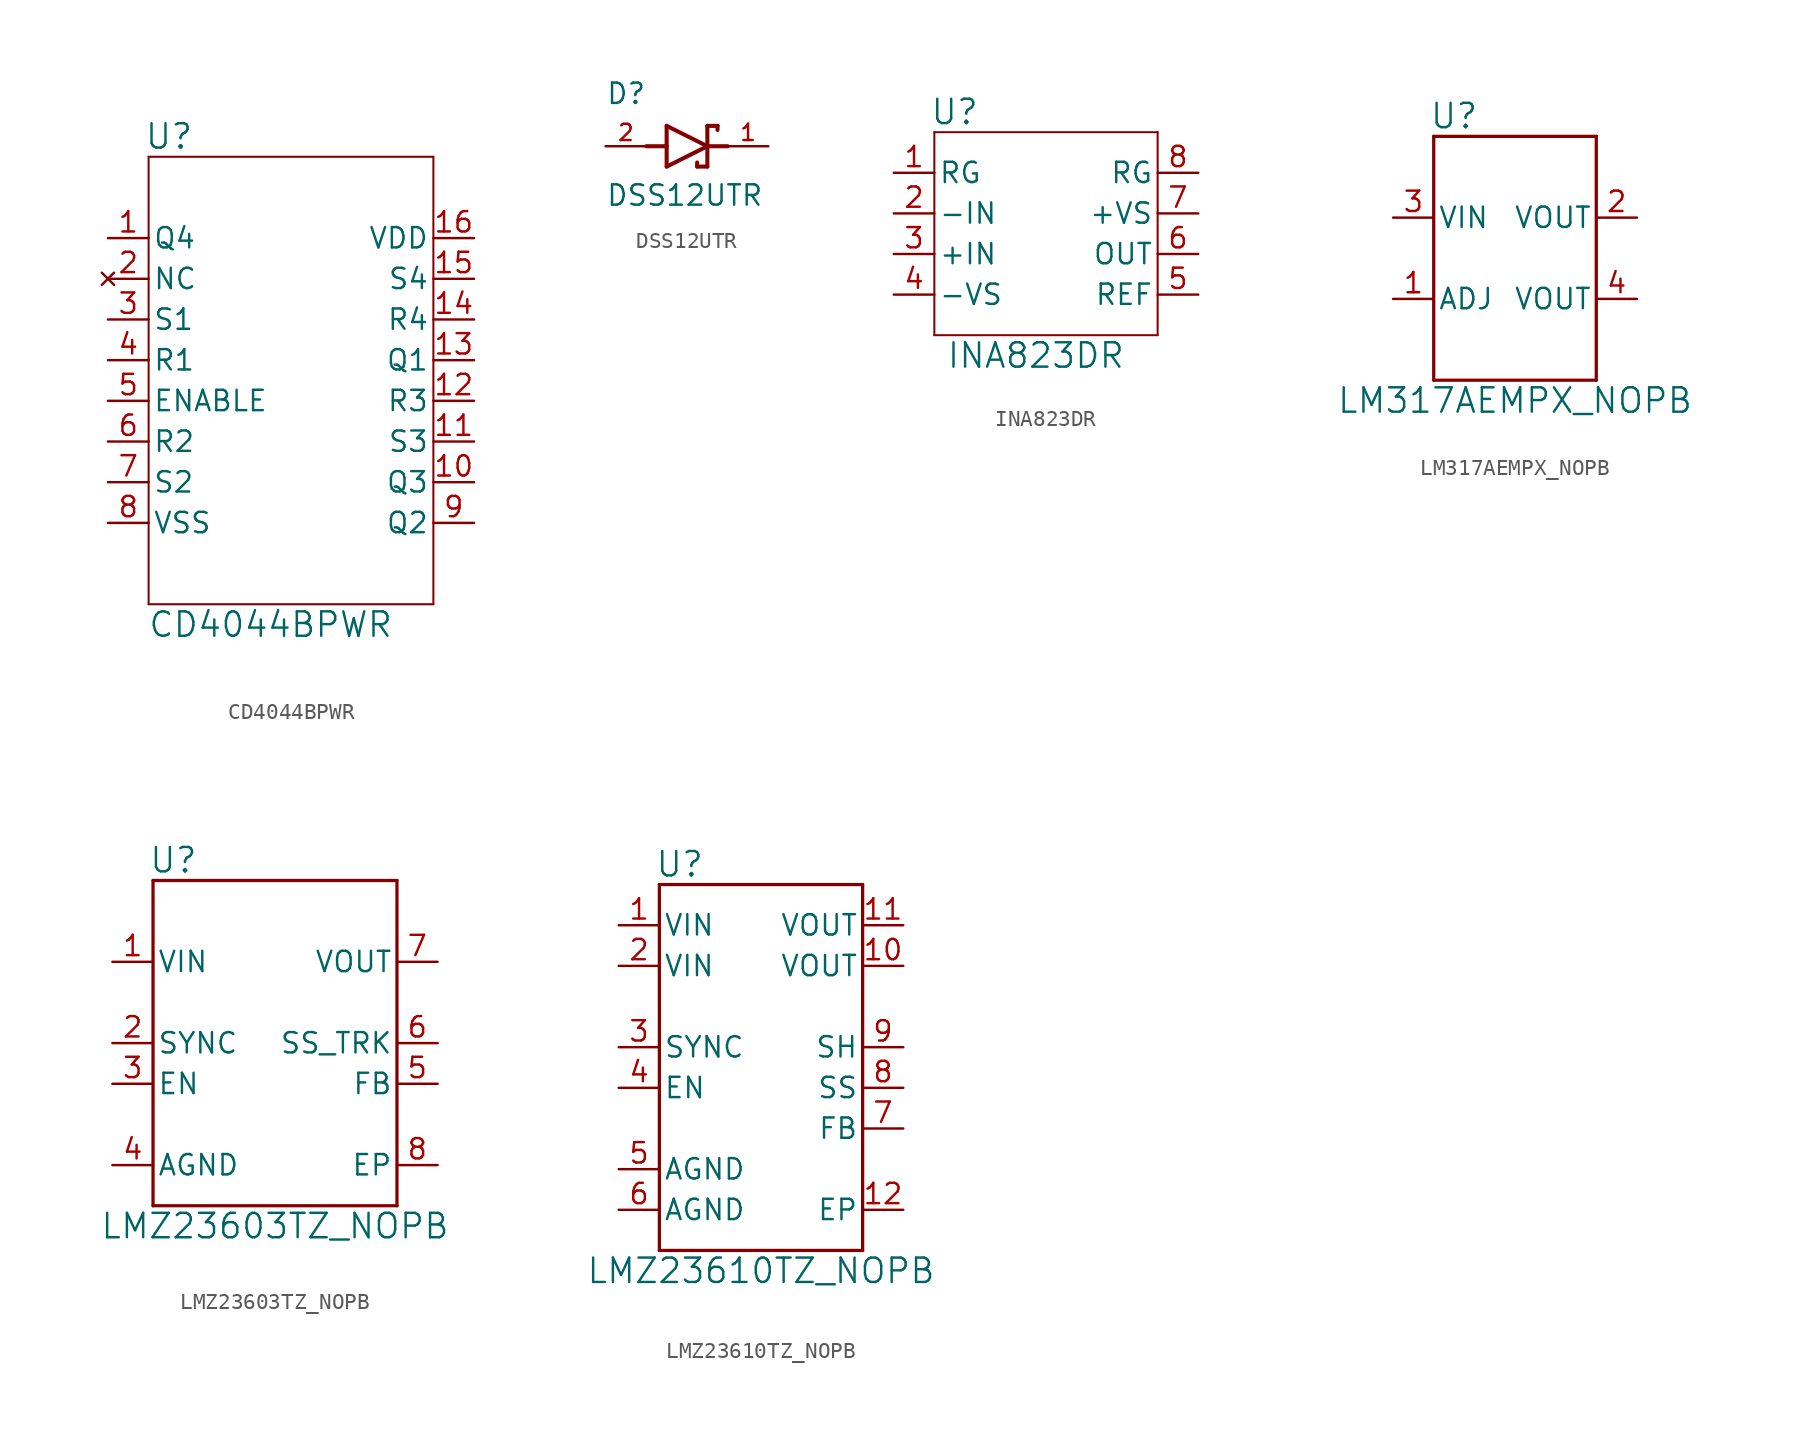
<source format=kicad_sym>
(kicad_symbol_lib
  (version 20211014)
  (generator kicad_symbol_editor)
  (symbol "CD4044BPWR"
    (pin_names
      (offset 0.254))
    (property "Reference" "U"
      (at 8.89 6.35 0)
      (effects (font (size 1.524 1.524))))
    (property "Value" "CD4044BPWR"
      (at 15.24 -24.13 0)
      (effects (font (size 1.524 1.524))))
    (symbol "CD4044BPWR_0_1"
      (polyline (pts (xy 7.62 -22.86) (xy 25.4 -22.86)) (stroke (width 0.127) (type default) (color 0 0 0 0)) (fill (type none)))
      (polyline (pts (xy 7.62 5.08) (xy 7.62 -22.86)) (stroke (width 0.127) (type default) (color 0 0 0 0)) (fill (type none)))
      (polyline (pts (xy 25.4 -22.86) (xy 25.4 5.08)) (stroke (width 0.127) (type default) (color 0 0 0 0)) (fill (type none)))
      (polyline (pts (xy 25.4 5.08) (xy 7.62 5.08)) (stroke (width 0.127) (type default) (color 0 0 0 0)) (fill (type none)))
      (pin unspecified line (at 5.08 0 0) (length 2.54) (name "Q4" (effects (font (size 1.27 1.27)))) (number "1" (effects (font (size 1.27 1.27)))))
      (pin unspecified line (at 27.94 -15.24 180) (length 2.54) (name "Q3" (effects (font (size 1.27 1.27)))) (number "10" (effects (font (size 1.27 1.27)))))
      (pin unspecified line (at 27.94 -12.7 180) (length 2.54) (name "S3" (effects (font (size 1.27 1.27)))) (number "11" (effects (font (size 1.27 1.27)))))
      (pin unspecified line (at 27.94 -10.16 180) (length 2.54) (name "R3" (effects (font (size 1.27 1.27)))) (number "12" (effects (font (size 1.27 1.27)))))
      (pin unspecified line (at 27.94 -7.62 180) (length 2.54) (name "Q1" (effects (font (size 1.27 1.27)))) (number "13" (effects (font (size 1.27 1.27)))))
      (pin unspecified line (at 27.94 -5.08 180) (length 2.54) (name "R4" (effects (font (size 1.27 1.27)))) (number "14" (effects (font (size 1.27 1.27)))))
      (pin unspecified line (at 27.94 -2.54 180) (length 2.54) (name "S4" (effects (font (size 1.27 1.27)))) (number "15" (effects (font (size 1.27 1.27)))))
      (pin bidirectional line (at 27.94 0 180) (length 2.54) (name "VDD" (effects (font (size 1.27 1.27)))) (number "16" (effects (font (size 1.27 1.27)))))
      (pin no_connect line (at 5.08 -2.54 0) (length 2.54) (name "NC" (effects (font (size 1.27 1.27)))) (number "2" (effects (font (size 1.27 1.27)))))
      (pin unspecified line (at 5.08 -5.08 0) (length 2.54) (name "S1" (effects (font (size 1.27 1.27)))) (number "3" (effects (font (size 1.27 1.27)))))
      (pin unspecified line (at 5.08 -7.62 0) (length 2.54) (name "R1" (effects (font (size 1.27 1.27)))) (number "4" (effects (font (size 1.27 1.27)))))
      (pin unspecified line (at 5.08 -10.16 0) (length 2.54) (name "ENABLE" (effects (font (size 1.27 1.27)))) (number "5" (effects (font (size 1.27 1.27)))))
      (pin unspecified line (at 5.08 -12.7 0) (length 2.54) (name "R2" (effects (font (size 1.27 1.27)))) (number "6" (effects (font (size 1.27 1.27)))))
      (pin unspecified line (at 5.08 -15.24 0) (length 2.54) (name "S2" (effects (font (size 1.27 1.27)))) (number "7" (effects (font (size 1.27 1.27)))))
      (pin bidirectional line (at 5.08 -17.78 0) (length 2.54) (name "VSS" (effects (font (size 1.27 1.27)))) (number "8" (effects (font (size 1.27 1.27)))))
      (pin unspecified line (at 27.94 -17.78 180) (length 2.54) (name "Q2" (effects (font (size 1.27 1.27)))) (number "9" (effects (font (size 1.27 1.27)))))))
  (symbol "DSS12UTR"
    (pin_names
      (offset 1.016))
    (property "Reference" "D"
      (at -5.08 2.54 0)
      (effects (font (size 1.27 1.27)) (justify left bottom)))
    (property "Value" "DSS12UTR"
      (at -5.08 -3.81 0)
      (effects (font (size 1.27 1.27)) (justify left bottom)))
    (symbol "DSS12UTR_0_0"
      (polyline (pts (xy -2.54 0) (xy -1.27 0)) (stroke (width 0.254) (type default) (color 0 0 0 0)) (fill (type none)))
      (polyline (pts (xy -1.27 -1.27) (xy 1.27 0)) (stroke (width 0.254) (type default) (color 0 0 0 0)) (fill (type none)))
      (polyline (pts (xy -1.27 0) (xy -1.27 -1.27)) (stroke (width 0.254) (type default) (color 0 0 0 0)) (fill (type none)))
      (polyline (pts (xy -1.27 1.27) (xy -1.27 0)) (stroke (width 0.254) (type default) (color 0 0 0 0)) (fill (type none)))
      (polyline (pts (xy 0.635 -1.016) (xy 0.635 -1.27)) (stroke (width 0.254) (type default) (color 0 0 0 0)) (fill (type none)))
      (polyline (pts (xy 1.27 -1.27) (xy 0.635 -1.27)) (stroke (width 0.254) (type default) (color 0 0 0 0)) (fill (type none)))
      (polyline (pts (xy 1.27 0) (xy -1.27 1.27)) (stroke (width 0.254) (type default) (color 0 0 0 0)) (fill (type none)))
      (polyline (pts (xy 1.27 0) (xy 1.27 -1.27)) (stroke (width 0.254) (type default) (color 0 0 0 0)) (fill (type none)))
      (polyline (pts (xy 1.27 1.27) (xy 1.27 0)) (stroke (width 0.254) (type default) (color 0 0 0 0)) (fill (type none)))
      (polyline (pts (xy 1.905 1.27) (xy 1.27 1.27)) (stroke (width 0.254) (type default) (color 0 0 0 0)) (fill (type none)))
      (polyline (pts (xy 1.905 1.27) (xy 1.905 1.016)) (stroke (width 0.254) (type default) (color 0 0 0 0)) (fill (type none)))
      (polyline (pts (xy 2.54 0) (xy 1.27 0)) (stroke (width 0.254) (type default) (color 0 0 0 0)) (fill (type none)))
      (pin passive line (at 5.08 0 180) (length 2.54) (name "~" (effects (font (size 1.016 1.016)))) (number "1" (effects (font (size 1.016 1.016)))))
      (pin passive line (at -5.08 0 0) (length 2.54) (name "~" (effects (font (size 1.016 1.016)))) (number "2" (effects (font (size 1.016 1.016)))))))
  (symbol "INA823DR"
    (pin_names
      (offset 0.254))
    (property "Reference" "U"
      (at 8.89 3.81 0)
      (effects (font (size 1.524 1.524))))
    (property "Value" "INA823DR"
      (at 13.97 -11.43 0)
      (effects (font (size 1.524 1.524))))
    (symbol "INA823DR_0_1"
      (polyline (pts (xy 7.62 -10.16) (xy 21.59 -10.16)) (stroke (width 0.127) (type default) (color 0 0 0 0)) (fill (type none)))
      (polyline (pts (xy 7.62 2.54) (xy 7.62 -10.16)) (stroke (width 0.127) (type default) (color 0 0 0 0)) (fill (type none)))
      (polyline (pts (xy 21.59 -10.16) (xy 21.59 2.54)) (stroke (width 0.127) (type default) (color 0 0 0 0)) (fill (type none)))
      (polyline (pts (xy 21.59 2.54) (xy 7.62 2.54)) (stroke (width 0.127) (type default) (color 0 0 0 0)) (fill (type none)))
      (pin unspecified line (at 5.08 0 0) (length 2.54) (name "RG" (effects (font (size 1.27 1.27)))) (number "1" (effects (font (size 1.27 1.27)))))
      (pin input line (at 5.08 -2.54 0) (length 2.54) (name "-IN" (effects (font (size 1.27 1.27)))) (number "2" (effects (font (size 1.27 1.27)))))
      (pin input line (at 5.08 -5.08 0) (length 2.54) (name "+IN" (effects (font (size 1.27 1.27)))) (number "3" (effects (font (size 1.27 1.27)))))
      (pin power_in line (at 5.08 -7.62 0) (length 2.54) (name "-VS" (effects (font (size 1.27 1.27)))) (number "4" (effects (font (size 1.27 1.27)))))
      (pin input line (at 24.13 -7.62 180) (length 2.54) (name "REF" (effects (font (size 1.27 1.27)))) (number "5" (effects (font (size 1.27 1.27)))))
      (pin output line (at 24.13 -5.08 180) (length 2.54) (name "OUT" (effects (font (size 1.27 1.27)))) (number "6" (effects (font (size 1.27 1.27)))))
      (pin power_in line (at 24.13 -2.54 180) (length 2.54) (name "+VS" (effects (font (size 1.27 1.27)))) (number "7" (effects (font (size 1.27 1.27)))))
      (pin unspecified line (at 24.13 0 180) (length 2.54) (name "RG" (effects (font (size 1.27 1.27)))) (number "8" (effects (font (size 1.27 1.27)))))))
  (symbol "LM317AEMPX_NOPB"
    (pin_names
      (offset 0.254))
    (property "Reference" "U"
      (at -13.97 8.89 0)
      (effects (font (size 1.524 1.524))))
    (property "Value" "LM317AEMPX_NOPB"
      (at -10.16 -8.89 0)
      (effects (font (size 1.524 1.524))))
    (symbol "LM317AEMPX_NOPB_0_1"
      (polyline (pts (xy -15.24 -7.62) (xy -5.08 -7.62)) (stroke (width 0.203) (type default) (color 0 0 0 0)) (fill (type none)))
      (polyline (pts (xy -15.24 7.62) (xy -15.24 -7.62)) (stroke (width 0.203) (type default) (color 0 0 0 0)) (fill (type none)))
      (polyline (pts (xy -5.08 -7.62) (xy -5.08 7.62)) (stroke (width 0.203) (type default) (color 0 0 0 0)) (fill (type none)))
      (polyline (pts (xy -5.08 7.62) (xy -15.24 7.62)) (stroke (width 0.203) (type default) (color 0 0 0 0)) (fill (type none)))
      (pin input line (at -17.78 -2.54 0) (length 2.54) (name "ADJ" (effects (font (size 1.27 1.27)))) (number "1" (effects (font (size 1.27 1.27)))))
      (pin power_in line (at -2.54 2.54 180) (length 2.54) (name "VOUT" (effects (font (size 1.27 1.27)))) (number "2" (effects (font (size 1.27 1.27)))))
      (pin power_in line (at -17.78 2.54 0) (length 2.54) (name "VIN" (effects (font (size 1.27 1.27)))) (number "3" (effects (font (size 1.27 1.27)))))
      (pin power_in line (at -2.54 -2.54 180) (length 2.54) (name "VOUT" (effects (font (size 1.27 1.27)))) (number "4" (effects (font (size 1.27 1.27)))))))
  (symbol "LMZ23603TZ_NOPB"
    (pin_names
      (offset 0.254))
    (property "Reference" "U"
      (at -13.97 11.43 0)
      (effects (font (size 1.524 1.524))))
    (property "Value" "LMZ23603TZ_NOPB"
      (at -7.62 -11.43 0)
      (effects (font (size 1.524 1.524))))
    (symbol "LMZ23603TZ_NOPB_0_1"
      (polyline (pts (xy -15.24 -10.16) (xy 0 -10.16)) (stroke (width 0.203) (type default) (color 0 0 0 0)) (fill (type none)))
      (polyline (pts (xy -15.24 10.16) (xy -15.24 -10.16)) (stroke (width 0.203) (type default) (color 0 0 0 0)) (fill (type none)))
      (polyline (pts (xy 0 -10.16) (xy 0 10.16)) (stroke (width 0.203) (type default) (color 0 0 0 0)) (fill (type none)))
      (polyline (pts (xy 0 10.16) (xy -15.24 10.16)) (stroke (width 0.203) (type default) (color 0 0 0 0)) (fill (type none)))
      (pin bidirectional line (at -17.78 5.08 0) (length 2.54) (name "VIN" (effects (font (size 1.27 1.27)))) (number "1" (effects (font (size 1.27 1.27)))))
      (pin bidirectional line (at -17.78 0 0) (length 2.54) (name "SYNC" (effects (font (size 1.27 1.27)))) (number "2" (effects (font (size 1.27 1.27)))))
      (pin input line (at -17.78 -2.54 0) (length 2.54) (name "EN" (effects (font (size 1.27 1.27)))) (number "3" (effects (font (size 1.27 1.27)))))
      (pin bidirectional line (at -17.78 -7.62 0) (length 2.54) (name "AGND" (effects (font (size 1.27 1.27)))) (number "4" (effects (font (size 1.27 1.27)))))
      (pin bidirectional line (at 2.54 -2.54 180) (length 2.54) (name "FB" (effects (font (size 1.27 1.27)))) (number "5" (effects (font (size 1.27 1.27)))))
      (pin input line (at 2.54 0 180) (length 2.54) (name "SS_TRK" (effects (font (size 1.27 1.27)))) (number "6" (effects (font (size 1.27 1.27)))))
      (pin bidirectional line (at 2.54 5.08 180) (length 2.54) (name "VOUT" (effects (font (size 1.27 1.27)))) (number "7" (effects (font (size 1.27 1.27)))))
      (pin bidirectional line (at 2.54 -7.62 180) (length 2.54) (name "EP" (effects (font (size 1.27 1.27)))) (number "8" (effects (font (size 1.27 1.27)))))))
  (symbol "LMZ23610TZ_NOPB"
    (pin_names
      (offset 0.254))
    (property "Reference" "U"
      (at -11.43 11.43 0)
      (effects (font (size 1.524 1.524))))
    (property "Value" "LMZ23610TZ_NOPB"
      (at -6.35 -13.97 0)
      (effects (font (size 1.524 1.524))))
    (symbol "LMZ23610TZ_NOPB_0_1"
      (polyline (pts (xy -12.7 -12.7) (xy 0 -12.7)) (stroke (width 0.203) (type default) (color 0 0 0 0)) (fill (type none)))
      (polyline (pts (xy -12.7 10.16) (xy -12.7 -12.7)) (stroke (width 0.203) (type default) (color 0 0 0 0)) (fill (type none)))
      (polyline (pts (xy 0 -12.7) (xy 0 10.16)) (stroke (width 0.203) (type default) (color 0 0 0 0)) (fill (type none)))
      (polyline (pts (xy 0 10.16) (xy -12.7 10.16)) (stroke (width 0.203) (type default) (color 0 0 0 0)) (fill (type none)))
      (pin power_in line (at -15.24 7.62 0) (length 2.54) (name "VIN" (effects (font (size 1.27 1.27)))) (number "1" (effects (font (size 1.27 1.27)))))
      (pin power_in line (at 2.54 5.08 180) (length 2.54) (name "VOUT" (effects (font (size 1.27 1.27)))) (number "10" (effects (font (size 1.27 1.27)))))
      (pin power_in line (at 2.54 7.62 180) (length 2.54) (name "VOUT" (effects (font (size 1.27 1.27)))) (number "11" (effects (font (size 1.27 1.27)))))
      (pin power_in line (at 2.54 -10.16 180) (length 2.54) (name "EP" (effects (font (size 1.27 1.27)))) (number "12" (effects (font (size 1.27 1.27)))))
      (pin power_in line (at -15.24 5.08 0) (length 2.54) (name "VIN" (effects (font (size 1.27 1.27)))) (number "2" (effects (font (size 1.27 1.27)))))
      (pin input line (at -15.24 0 0) (length 2.54) (name "SYNC" (effects (font (size 1.27 1.27)))) (number "3" (effects (font (size 1.27 1.27)))))
      (pin input line (at -15.24 -2.54 0) (length 2.54) (name "EN" (effects (font (size 1.27 1.27)))) (number "4" (effects (font (size 1.27 1.27)))))
      (pin power_in line (at -15.24 -7.62 0) (length 2.54) (name "AGND" (effects (font (size 1.27 1.27)))) (number "5" (effects (font (size 1.27 1.27)))))
      (pin power_in line (at -15.24 -10.16 0) (length 2.54) (name "AGND" (effects (font (size 1.27 1.27)))) (number "6" (effects (font (size 1.27 1.27)))))
      (pin unspecified line (at 2.54 -5.08 180) (length 2.54) (name "FB" (effects (font (size 1.27 1.27)))) (number "7" (effects (font (size 1.27 1.27)))))
      (pin input line (at 2.54 -2.54 180) (length 2.54) (name "SS" (effects (font (size 1.27 1.27)))) (number "8" (effects (font (size 1.27 1.27)))))
      (pin unspecified line (at 2.54 0 180) (length 2.54) (name "SH" (effects (font (size 1.27 1.27)))) (number "9" (effects (font (size 1.27 1.27))))))))
</source>
